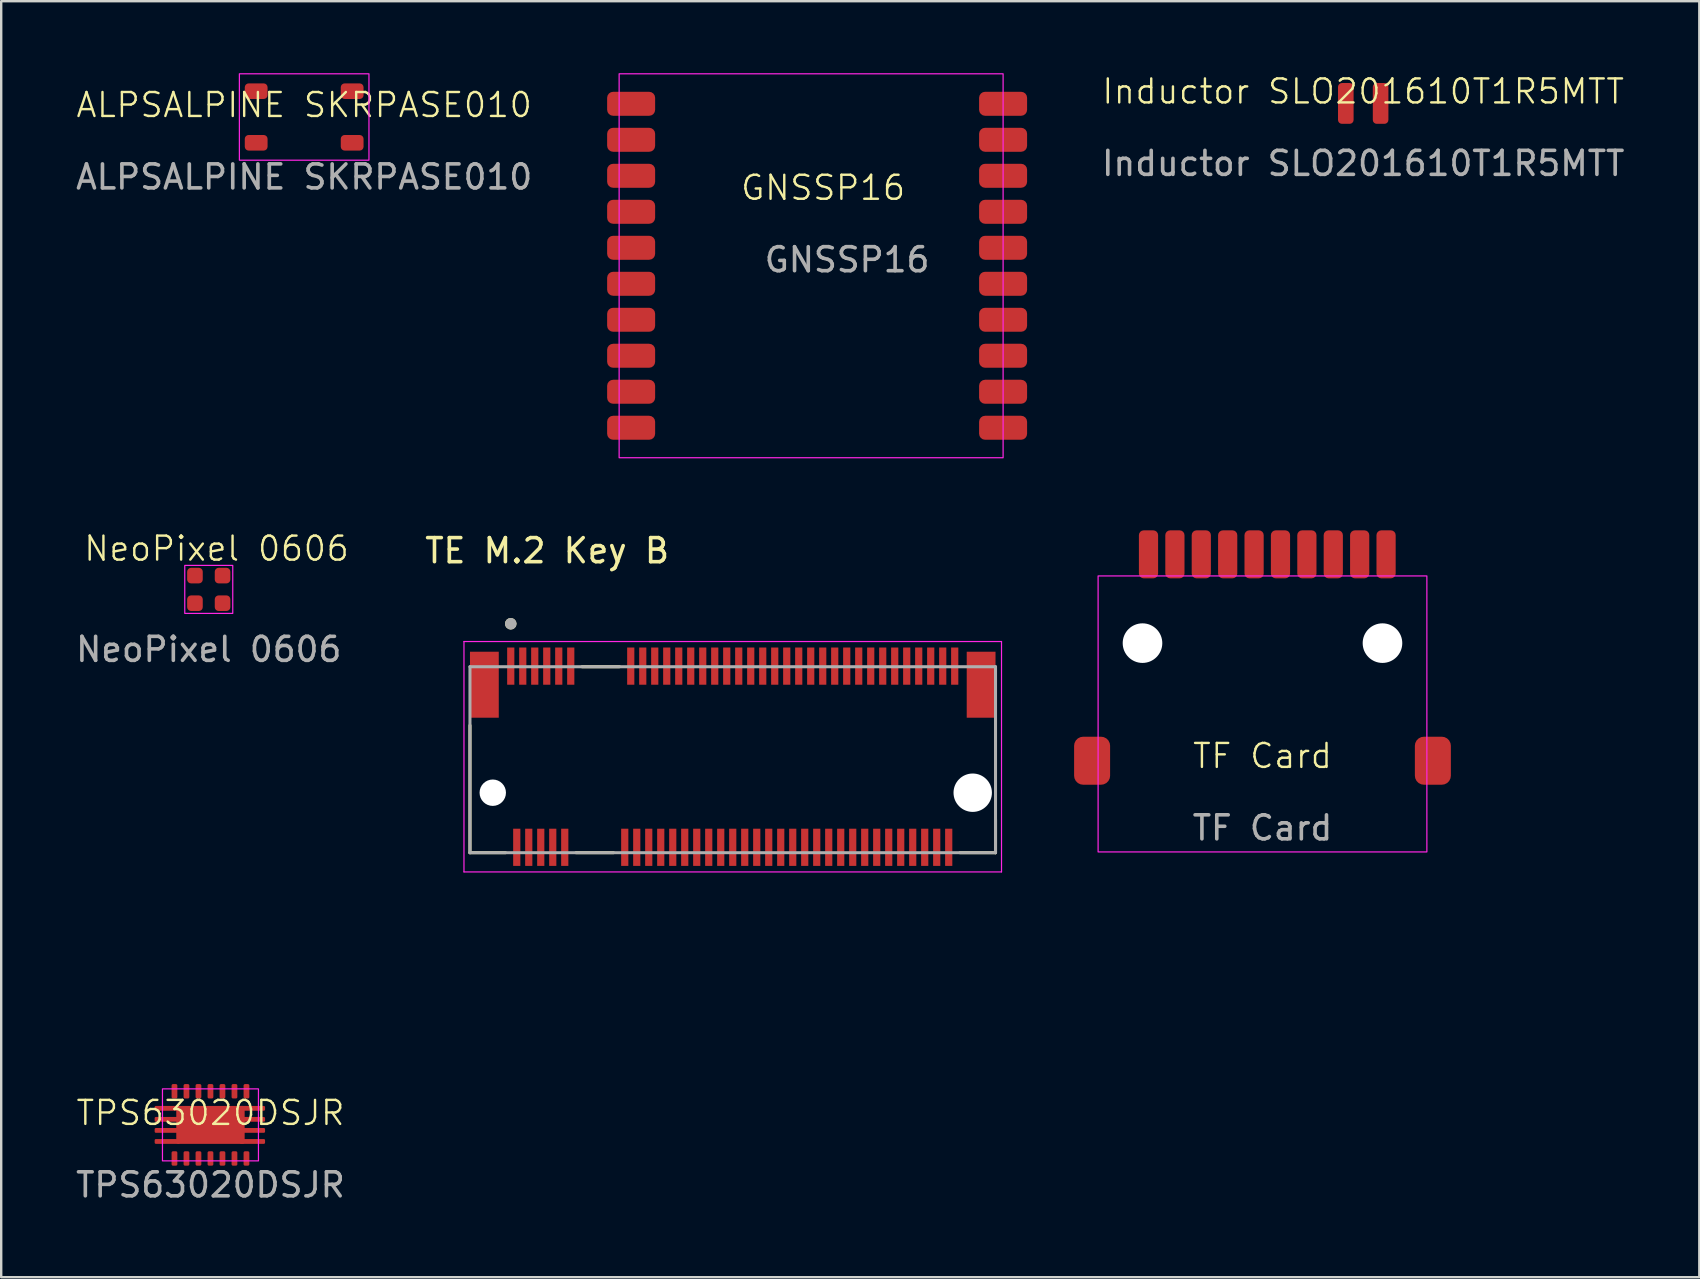
<source format=kicad_pcb>
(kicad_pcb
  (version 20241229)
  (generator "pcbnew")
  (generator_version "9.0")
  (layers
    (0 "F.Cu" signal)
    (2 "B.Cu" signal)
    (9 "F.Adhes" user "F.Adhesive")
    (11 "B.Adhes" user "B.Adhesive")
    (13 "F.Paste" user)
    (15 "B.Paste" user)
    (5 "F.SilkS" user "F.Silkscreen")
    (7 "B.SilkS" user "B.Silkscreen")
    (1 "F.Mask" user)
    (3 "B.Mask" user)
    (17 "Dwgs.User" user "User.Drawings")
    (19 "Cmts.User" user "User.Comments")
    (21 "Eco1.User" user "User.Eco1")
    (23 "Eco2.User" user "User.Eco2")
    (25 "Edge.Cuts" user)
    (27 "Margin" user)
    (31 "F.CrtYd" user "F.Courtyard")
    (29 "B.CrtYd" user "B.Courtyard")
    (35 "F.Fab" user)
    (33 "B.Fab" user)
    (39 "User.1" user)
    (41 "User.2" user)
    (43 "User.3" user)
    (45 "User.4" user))
  (footprint "TF Card"
    (layer "F.Cu")
    (at 49.559 28.95)
    (property "Reference" "TF Card" (at 0 -0.5 0) (unlocked yes) (layer "F.SilkS") (effects (font (size 1 1) (thickness 0.1))))
    (attr smd)
    (fp_rect (start -6.85 -8) (end 6.85 3.5) (stroke (width 0.05) (type default)) (fill no) (layer "F.CrtYd"))
    (fp_rect (start -5.5 3.5) (end 5.5 10.15) (stroke (width 0.05) (type default)) (fill no) (layer "User.2"))
    (fp_text user "${REFERENCE}" (at 0 2.5 0) (unlocked yes) (layer "F.Fab") (effects (font (size 1 1) (thickness 0.15))))
    (pad "" np_thru_hole circle (at -5 -5.2) (size 1.65 1.65) (drill 1.65) (layers "*.Cu" "*.Mask"))
    (pad "" np_thru_hole circle (at 5 -5.2) (size 1.65 1.65) (drill 1.65) (layers "*.Cu" "*.Mask"))
    (pad "1" smd roundrect (at -4.75 -8.9) (size 0.8 2) (layers "F.Cu" "F.Mask" "F.Paste") (roundrect_rratio 0.25))
    (pad "2" smd roundrect (at -3.65 -8.9) (size 0.8 2) (layers "F.Cu" "F.Mask" "F.Paste") (roundrect_rratio 0.25))
    (pad "3" smd roundrect (at -2.55 -8.9) (size 0.8 2) (layers "F.Cu" "F.Mask" "F.Paste") (roundrect_rratio 0.25))
    (pad "4" smd roundrect (at -1.45 -8.9) (size 0.8 2) (layers "F.Cu" "F.Mask" "F.Paste") (roundrect_rratio 0.25))
    (pad "5" smd roundrect (at -0.35 -8.9) (size 0.8 2) (layers "F.Cu" "F.Mask" "F.Paste") (roundrect_rratio 0.25))
    (pad "6" smd roundrect (at 0.75 -8.9) (size 0.8 2) (layers "F.Cu" "F.Mask" "F.Paste") (roundrect_rratio 0.25))
    (pad "7" smd roundrect (at 1.85 -8.9) (size 0.8 2) (layers "F.Cu" "F.Mask" "F.Paste") (roundrect_rratio 0.25))
    (pad "8" smd roundrect (at 2.95 -8.9) (size 0.8 2) (layers "F.Cu" "F.Mask" "F.Paste") (roundrect_rratio 0.25))
    (pad "9" smd roundrect (at 4.05 -8.9) (size 0.8 2) (layers "F.Cu" "F.Mask" "F.Paste") (roundrect_rratio 0.25))
    (pad "10" smd roundrect (at 5.15 -8.9) (size 0.8 2) (layers "F.Cu" "F.Mask" "F.Paste") (roundrect_rratio 0.25))
    (pad "11" smd roundrect (at -7.1 -0.3) (size 1.5 2) (layers "F.Cu" "F.Mask" "F.Paste") (roundrect_rratio 0.25))
    (pad "11" smd roundrect (at 7.1 -0.3) (size 1.5 2) (layers "F.Cu" "F.Mask" "F.Paste") (roundrect_rratio 0.25)))
  (footprint "NeoPixel 0606"
    (layer "F.Cu")
    (at 5.649 21.511)
    (property "Reference" "NeoPixel 0606" (at 0.325 -1.7 0) (unlocked yes) (layer "F.SilkS") (effects (font (size 1 1) (thickness 0.1))))
    (attr smd)
    (fp_rect (start -1 -1) (end 1 1) (stroke (width 0.05) (type default)) (fill no) (layer "F.CrtYd"))
    (fp_text user "${REFERENCE}" (at 0 2.5 0) (unlocked yes) (layer "F.Fab") (effects (font (size 1 1) (thickness 0.15))))
    (pad "1" smd roundrect (at -0.575 0.575) (size 0.65 0.65) (layers "F.Cu" "F.Mask" "F.Paste") (roundrect_rratio 0.25))
    (pad "2" smd roundrect (at -0.575 -0.575) (size 0.65 0.65) (layers "F.Cu" "F.Mask" "F.Paste") (roundrect_rratio 0.25))
    (pad "3" smd roundrect (at 0.575 -0.575) (size 0.65 0.65) (layers "F.Cu" "F.Mask" "F.Paste") (roundrect_rratio 0.25))
    (pad "4" smd roundrect (at 0.575 0.575) (size 0.65 0.65) (layers "F.Cu" "F.Mask" "F.Paste") (roundrect_rratio 0.25)))
  (footprint "Inductor SLO201610T1R5MTT"
    (layer "F.Cu")
    (at 53.756 1.26)
    (property "Reference" "Inductor SLO201610T1R5MTT" (at 0 -0.5 0) (unlocked yes) (layer "F.SilkS") (effects (font (size 1 1) (thickness 0.1))))
    (attr smd)
    (fp_text user "${REFERENCE}" (at 0 2.5 0) (unlocked yes) (layer "F.Fab") (effects (font (size 1 1) (thickness 0.15))))
    (pad "1" smd roundrect (at -0.725 0) (size 0.65 1.7) (layers "F.Cu" "F.Mask" "F.Paste") (roundrect_rratio 0.25))
    (pad "2" smd roundrect (at 0.725 0) (size 0.65 1.7) (layers "F.Cu" "F.Mask" "F.Paste") (roundrect_rratio 0.25)))
  (footprint "TE M.2 Key B"
    (layer "F.Cu")
    (at 27.484 29.983)
    (property "Reference" "TE M.2 Key B" (at -7.734 -10.084 0) (layer "F.SilkS") (effects (font (size 1.001 1.001) (thickness 0.15))))
    (attr smd)
    (fp_line (start -10.95 -2.805) (end -10.95 2.5) (stroke (width 0.127) (type solid)) (layer "F.SilkS"))
    (fp_line (start -10.95 2.5) (end -9.47 2.5) (stroke (width 0.127) (type solid)) (layer "F.SilkS"))
    (fp_line (start -6.53 2.5) (end -4.97 2.5) (stroke (width 0.127) (type solid)) (layer "F.SilkS"))
    (fp_line (start -4.72 -5.25) (end -6.28 -5.25) (stroke (width 0.127) (type solid)) (layer "F.SilkS"))
    (fp_line (start 9.47 2.5) (end 10.95 2.5) (stroke (width 0.127) (type solid)) (layer "F.SilkS"))
    (fp_line (start 10.95 2.5) (end 10.95 1.12) (stroke (width 0.127) (type solid)) (layer "F.SilkS"))
    (fp_circle (center -9.25 -7.04) (end -9.13 -7.04) (stroke (width 0.24) (type solid)) (fill no) (layer "F.SilkS"))
    (fp_line (start -11.2 -6.3) (end 11.2 -6.3) (stroke (width 0.05) (type solid)) (layer "F.CrtYd"))
    (fp_line (start -11.2 3.3) (end -11.2 -6.3) (stroke (width 0.05) (type solid)) (layer "F.CrtYd"))
    (fp_line (start 11.2 -6.3) (end 11.2 3.3) (stroke (width 0.05) (type solid)) (layer "F.CrtYd"))
    (fp_line (start 11.2 3.3) (end -11.2 3.3) (stroke (width 0.05) (type solid)) (layer "F.CrtYd"))
    (fp_line (start -10.95 -5.25) (end 10.95 -5.25) (stroke (width 0.127) (type solid)) (layer "F.Fab"))
    (fp_line (start -10.95 2.5) (end -10.95 -5.25) (stroke (width 0.127) (type solid)) (layer "F.Fab"))
    (fp_line (start 10.95 -5.25) (end 10.95 2.5) (stroke (width 0.127) (type solid)) (layer "F.Fab"))
    (fp_line (start 10.95 2.5) (end -10.95 2.5) (stroke (width 0.127) (type solid)) (layer "F.Fab"))
    (fp_circle (center -9.25 -7.04) (end -9.13 -7.04) (stroke (width 0.24) (type solid)) (fill no) (layer "F.Fab"))
    (pad "" smd rect (at -10.35 -4.5) (size 1.2 2.75) (layers "F.Cu" "F.Mask" "F.Paste"))
    (pad "" np_thru_hole circle (at -10 0) (size 1.1 1.1) (drill 1.1) (layers "*.Cu" "*.Mask"))
    (pad "" np_thru_hole circle (at 10 0) (size 1.6 1.6) (drill 1.6) (layers "*.Cu" "*.Mask"))
    (pad "" smd rect (at 10.35 -4.5) (size 1.2 2.75) (layers "F.Cu" "F.Mask" "F.Paste"))
    (pad "1" smd rect (at -9.25 -5.275) (size 0.3 1.55) (layers "F.Cu" "F.Mask" "F.Paste"))
    (pad "2" smd rect (at -9 2.275) (size 0.3 1.55) (layers "F.Cu" "F.Mask" "F.Paste"))
    (pad "3" smd rect (at -8.75 -5.275) (size 0.3 1.55) (layers "F.Cu" "F.Mask" "F.Paste"))
    (pad "4" smd rect (at -8.5 2.275) (size 0.3 1.55) (layers "F.Cu" "F.Mask" "F.Paste"))
    (pad "5" smd rect (at -8.25 -5.275) (size 0.3 1.55) (layers "F.Cu" "F.Mask" "F.Paste"))
    (pad "6" smd rect (at -8 2.275) (size 0.3 1.55) (layers "F.Cu" "F.Mask" "F.Paste"))
    (pad "7" smd rect (at -7.75 -5.275) (size 0.3 1.55) (layers "F.Cu" "F.Mask" "F.Paste"))
    (pad "8" smd rect (at -7.5 2.275) (size 0.3 1.55) (layers "F.Cu" "F.Mask" "F.Paste"))
    (pad "9" smd rect (at -7.25 -5.275) (size 0.3 1.55) (layers "F.Cu" "F.Mask" "F.Paste"))
    (pad "10" smd rect (at -7 2.275) (size 0.3 1.55) (layers "F.Cu" "F.Mask" "F.Paste"))
    (pad "11" smd rect (at -6.75 -5.275) (size 0.3 1.55) (layers "F.Cu" "F.Mask" "F.Paste"))
    (pad "20" smd rect (at -4.5 2.275) (size 0.3 1.55) (layers "F.Cu" "F.Mask" "F.Paste"))
    (pad "21" smd rect (at -4.25 -5.275) (size 0.3 1.55) (layers "F.Cu" "F.Mask" "F.Paste"))
    (pad "22" smd rect (at -4 2.275) (size 0.3 1.55) (layers "F.Cu" "F.Mask" "F.Paste"))
    (pad "23" smd rect (at -3.75 -5.275) (size 0.3 1.55) (layers "F.Cu" "F.Mask" "F.Paste"))
    (pad "24" smd rect (at -3.5 2.275) (size 0.3 1.55) (layers "F.Cu" "F.Mask" "F.Paste"))
    (pad "25" smd rect (at -3.25 -5.275) (size 0.3 1.55) (layers "F.Cu" "F.Mask" "F.Paste"))
    (pad "26" smd rect (at -3 2.275) (size 0.3 1.55) (layers "F.Cu" "F.Mask" "F.Paste"))
    (pad "27" smd rect (at -2.75 -5.275) (size 0.3 1.55) (layers "F.Cu" "F.Mask" "F.Paste"))
    (pad "28" smd rect (at -2.5 2.275) (size 0.3 1.55) (layers "F.Cu" "F.Mask" "F.Paste"))
    (pad "29" smd rect (at -2.25 -5.275) (size 0.3 1.55) (layers "F.Cu" "F.Mask" "F.Paste"))
    (pad "30" smd rect (at -2 2.275) (size 0.3 1.55) (layers "F.Cu" "F.Mask" "F.Paste"))
    (pad "31" smd rect (at -1.75 -5.275) (size 0.3 1.55) (layers "F.Cu" "F.Mask" "F.Paste"))
    (pad "32" smd rect (at -1.5 2.275) (size 0.3 1.55) (layers "F.Cu" "F.Mask" "F.Paste"))
    (pad "33" smd rect (at -1.25 -5.275) (size 0.3 1.55) (layers "F.Cu" "F.Mask" "F.Paste"))
    (pad "34" smd rect (at -1 2.275) (size 0.3 1.55) (layers "F.Cu" "F.Mask" "F.Paste"))
    (pad "35" smd rect (at -0.75 -5.275) (size 0.3 1.55) (layers "F.Cu" "F.Mask" "F.Paste"))
    (pad "36" smd rect (at -0.5 2.275) (size 0.3 1.55) (layers "F.Cu" "F.Mask" "F.Paste"))
    (pad "37" smd rect (at -0.25 -5.275) (size 0.3 1.55) (layers "F.Cu" "F.Mask" "F.Paste"))
    (pad "38" smd rect (at 0 2.275) (size 0.3 1.55) (layers "F.Cu" "F.Mask" "F.Paste"))
    (pad "39" smd rect (at 0.25 -5.275) (size 0.3 1.55) (layers "F.Cu" "F.Mask" "F.Paste"))
    (pad "40" smd rect (at 0.5 2.275) (size 0.3 1.55) (layers "F.Cu" "F.Mask" "F.Paste"))
    (pad "41" smd rect (at 0.75 -5.275) (size 0.3 1.55) (layers "F.Cu" "F.Mask" "F.Paste"))
    (pad "42" smd rect (at 1 2.275) (size 0.3 1.55) (layers "F.Cu" "F.Mask" "F.Paste"))
    (pad "43" smd rect (at 1.25 -5.275) (size 0.3 1.55) (layers "F.Cu" "F.Mask" "F.Paste"))
    (pad "44" smd rect (at 1.5 2.275) (size 0.3 1.55) (layers "F.Cu" "F.Mask" "F.Paste"))
    (pad "45" smd rect (at 1.75 -5.275) (size 0.3 1.55) (layers "F.Cu" "F.Mask" "F.Paste"))
    (pad "46" smd rect (at 2 2.275) (size 0.3 1.55) (layers "F.Cu" "F.Mask" "F.Paste"))
    (pad "47" smd rect (at 2.25 -5.275) (size 0.3 1.55) (layers "F.Cu" "F.Mask" "F.Paste"))
    (pad "48" smd rect (at 2.5 2.275) (size 0.3 1.55) (layers "F.Cu" "F.Mask" "F.Paste"))
    (pad "49" smd rect (at 2.75 -5.275) (size 0.3 1.55) (layers "F.Cu" "F.Mask" "F.Paste"))
    (pad "50" smd rect (at 3 2.275) (size 0.3 1.55) (layers "F.Cu" "F.Mask" "F.Paste"))
    (pad "51" smd rect (at 3.25 -5.275) (size 0.3 1.55) (layers "F.Cu" "F.Mask" "F.Paste"))
    (pad "52" smd rect (at 3.5 2.275) (size 0.3 1.55) (layers "F.Cu" "F.Mask" "F.Paste"))
    (pad "53" smd rect (at 3.75 -5.275) (size 0.3 1.55) (layers "F.Cu" "F.Mask" "F.Paste"))
    (pad "54" smd rect (at 4 2.275) (size 0.3 1.55) (layers "F.Cu" "F.Mask" "F.Paste"))
    (pad "55" smd rect (at 4.25 -5.275) (size 0.3 1.55) (layers "F.Cu" "F.Mask" "F.Paste"))
    (pad "56" smd rect (at 4.5 2.275) (size 0.3 1.55) (layers "F.Cu" "F.Mask" "F.Paste"))
    (pad "57" smd rect (at 4.75 -5.275) (size 0.3 1.55) (layers "F.Cu" "F.Mask" "F.Paste"))
    (pad "58" smd rect (at 5 2.275) (size 0.3 1.55) (layers "F.Cu" "F.Mask" "F.Paste"))
    (pad "59" smd rect (at 5.25 -5.275) (size 0.3 1.55) (layers "F.Cu" "F.Mask" "F.Paste"))
    (pad "60" smd rect (at 5.5 2.275) (size 0.3 1.55) (layers "F.Cu" "F.Mask" "F.Paste"))
    (pad "61" smd rect (at 5.75 -5.275) (size 0.3 1.55) (layers "F.Cu" "F.Mask" "F.Paste"))
    (pad "62" smd rect (at 6 2.275) (size 0.3 1.55) (layers "F.Cu" "F.Mask" "F.Paste"))
    (pad "63" smd rect (at 6.25 -5.275) (size 0.3 1.55) (layers "F.Cu" "F.Mask" "F.Paste"))
    (pad "64" smd rect (at 6.5 2.275) (size 0.3 1.55) (layers "F.Cu" "F.Mask" "F.Paste"))
    (pad "65" smd rect (at 6.75 -5.275) (size 0.3 1.55) (layers "F.Cu" "F.Mask" "F.Paste"))
    (pad "66" smd rect (at 7 2.275) (size 0.3 1.55) (layers "F.Cu" "F.Mask" "F.Paste"))
    (pad "67" smd rect (at 7.25 -5.275) (size 0.3 1.55) (layers "F.Cu" "F.Mask" "F.Paste"))
    (pad "68" smd rect (at 7.5 2.275) (size 0.3 1.55) (layers "F.Cu" "F.Mask" "F.Paste"))
    (pad "69" smd rect (at 7.75 -5.275) (size 0.3 1.55) (layers "F.Cu" "F.Mask" "F.Paste"))
    (pad "70" smd rect (at 8 2.275) (size 0.3 1.55) (layers "F.Cu" "F.Mask" "F.Paste"))
    (pad "71" smd rect (at 8.25 -5.275) (size 0.3 1.55) (layers "F.Cu" "F.Mask" "F.Paste"))
    (pad "72" smd rect (at 8.5 2.275) (size 0.3 1.55) (layers "F.Cu" "F.Mask" "F.Paste"))
    (pad "73" smd rect (at 8.75 -5.275) (size 0.3 1.55) (layers "F.Cu" "F.Mask" "F.Paste"))
    (pad "74" smd rect (at 9 2.275) (size 0.3 1.55) (layers "F.Cu" "F.Mask" "F.Paste"))
    (pad "75" smd rect (at 9.25 -5.275) (size 0.3 1.55) (layers "F.Cu" "F.Mask" "F.Paste")))
  (footprint "GNSSP16"
    (layer "F.Cu")
    (at 31.25 5.525)
    (property "Reference" "GNSSP16" (at 0 -0.75 0) (unlocked yes) (layer "F.SilkS") (effects (font (size 1 1) (thickness 0.1))))
    (attr smd)
    (fp_rect (start -8.5 -5.5) (end 7.5 10.5) (stroke (width 0.05) (type default)) (fill no) (layer "F.CrtYd"))
    (fp_text user "${REFERENCE}" (at 1 2.25 0) (unlocked yes) (layer "F.Fab") (effects (font (size 1 1) (thickness 0.15))))
    (pad "1" smd roundrect (at -8 -4.25) (size 2 1) (layers "F.Cu" "F.Mask" "F.Paste") (roundrect_rratio 0.25))
    (pad "2" smd roundrect (at -8 -2.75) (size 2 1) (layers "F.Cu" "F.Mask" "F.Paste") (roundrect_rratio 0.25))
    (pad "3" smd roundrect (at -8 -1.25) (size 2 1) (layers "F.Cu" "F.Mask" "F.Paste") (roundrect_rratio 0.25))
    (pad "4" smd roundrect (at -8 0.25) (size 2 1) (layers "F.Cu" "F.Mask" "F.Paste") (roundrect_rratio 0.25))
    (pad "5" smd roundrect (at -8 1.75) (size 2 1) (layers "F.Cu" "F.Mask" "F.Paste") (roundrect_rratio 0.25))
    (pad "6" smd roundrect (at -8 3.25) (size 2 1) (layers "F.Cu" "F.Mask" "F.Paste") (roundrect_rratio 0.25))
    (pad "7" smd roundrect (at -8 4.75) (size 2 1) (layers "F.Cu" "F.Mask" "F.Paste") (roundrect_rratio 0.25))
    (pad "8" smd roundrect (at -8 6.25) (size 2 1) (layers "F.Cu" "F.Mask" "F.Paste") (roundrect_rratio 0.25))
    (pad "9" smd roundrect (at -8 7.75) (size 2 1) (layers "F.Cu" "F.Mask" "F.Paste") (roundrect_rratio 0.25))
    (pad "10" smd roundrect (at -8 9.25) (size 2 1) (layers "F.Cu" "F.Mask" "F.Paste") (roundrect_rratio 0.25))
    (pad "11" smd roundrect (at 7.5 9.25) (size 2 1) (layers "F.Cu" "F.Mask" "F.Paste") (roundrect_rratio 0.25))
    (pad "12" smd roundrect (at 7.5 7.75) (size 2 1) (layers "F.Cu" "F.Mask" "F.Paste") (roundrect_rratio 0.25))
    (pad "13" smd roundrect (at 7.5 6.25) (size 2 1) (layers "F.Cu" "F.Mask" "F.Paste") (roundrect_rratio 0.25))
    (pad "14" smd roundrect (at 7.5 4.75) (size 2 1) (layers "F.Cu" "F.Mask" "F.Paste") (roundrect_rratio 0.25))
    (pad "15" smd roundrect (at 7.5 3.25) (size 2 1) (layers "F.Cu" "F.Mask" "F.Paste") (roundrect_rratio 0.25))
    (pad "16" smd roundrect (at 7.5 1.75) (size 2 1) (layers "F.Cu" "F.Mask" "F.Paste") (roundrect_rratio 0.25))
    (pad "17" smd roundrect (at 7.5 0.25) (size 2 1) (layers "F.Cu" "F.Mask" "F.Paste") (roundrect_rratio 0.25))
    (pad "18" smd roundrect (at 7.5 -1.25) (size 2 1) (layers "F.Cu" "F.Mask" "F.Paste") (roundrect_rratio 0.25))
    (pad "19" smd roundrect (at 7.5 -2.75) (size 2 1) (layers "F.Cu" "F.Mask" "F.Paste") (roundrect_rratio 0.25))
    (pad "20" smd roundrect (at 7.5 -4.25) (size 2 1) (layers "F.Cu" "F.Mask" "F.Paste") (roundrect_rratio 0.25)))
  (footprint "ALPSALPINE SKRPASE010"
    (layer "F.Cu")
    (at 9.625 1.825)
    (property "Reference" "ALPSALPINE SKRPASE010" (at 0 -0.5 0) (unlocked yes) (layer "F.SilkS") (effects (font (size 1 1) (thickness 0.1))))
    (attr smd)
    (fp_rect (start -2.7 -1.8) (end 2.7 1.8) (stroke (width 0.05) (type default)) (fill no) (layer "F.CrtYd"))
    (fp_text user "${REFERENCE}" (at 0 2.5 0) (unlocked yes) (layer "F.Fab") (effects (font (size 1 1) (thickness 0.15))))
    (pad "1" smd roundrect (at -2 -1.075) (size 0.95 0.65) (layers "F.Cu" "F.Mask" "F.Paste") (roundrect_rratio 0.25))
    (pad "1" smd roundrect (at 2 -1.075) (size 0.95 0.65) (layers "F.Cu" "F.Mask" "F.Paste") (roundrect_rratio 0.25))
    (pad "2" smd roundrect (at -2 1.075) (size 0.95 0.65) (layers "F.Cu" "F.Mask" "F.Paste") (roundrect_rratio 0.25))
    (pad "2" smd roundrect (at 2 1.075) (size 0.95 0.65) (layers "F.Cu" "F.Mask" "F.Paste") (roundrect_rratio 0.25)))
  (footprint "TPS63020DSJR"
    (layer "F.Cu")
    (at 5.72 43.825)
    (property "Reference" "TPS63020DSJR" (at 0 -0.5 0) (unlocked yes) (layer "F.SilkS") (effects (font (size 1 1) (thickness 0.1))))
    (attr smd)
    (fp_rect (start -2 -1.5) (end 2 1.5) (stroke (width 0.05) (type default)) (fill no) (layer "F.CrtYd"))
    (fp_text user "${REFERENCE}" (at 0 2.5 0) (unlocked yes) (layer "F.Fab") (effects (font (size 1 1) (thickness 0.15))))
    (pad "1" smd roundrect (at -1.5 1.4) (size 0.24 0.6) (layers "F.Cu" "F.Mask" "F.Paste") (roundrect_rratio 0.25))
    (pad "2" smd roundrect (at -1 1.4) (size 0.24 0.6) (layers "F.Cu" "F.Mask" "F.Paste") (roundrect_rratio 0.25))
    (pad "3" smd roundrect (at -0.5 1.4) (size 0.24 0.6) (layers "F.Cu" "F.Mask" "F.Paste") (roundrect_rratio 0.25))
    (pad "4" smd roundrect (at 0 1.4) (size 0.24 0.6) (layers "F.Cu" "F.Mask" "F.Paste") (roundrect_rratio 0.25))
    (pad "5" smd roundrect (at 0.5 1.4) (size 0.24 0.6) (layers "F.Cu" "F.Mask" "F.Paste") (roundrect_rratio 0.25))
    (pad "6" smd roundrect (at 1 1.4) (size 0.24 0.6) (layers "F.Cu" "F.Mask" "F.Paste") (roundrect_rratio 0.25))
    (pad "7" smd roundrect (at 1.5 1.4) (size 0.24 0.6) (layers "F.Cu" "F.Mask" "F.Paste") (roundrect_rratio 0.25))
    (pad "8" smd roundrect (at 1.5 -1.4) (size 0.24 0.6) (layers "F.Cu" "F.Mask" "F.Paste") (roundrect_rratio 0.25))
    (pad "9" smd roundrect (at 1 -1.4) (size 0.24 0.6) (layers "F.Cu" "F.Mask" "F.Paste") (roundrect_rratio 0.25))
    (pad "10" smd roundrect (at 0.5 -1.4) (size 0.24 0.6) (layers "F.Cu" "F.Mask" "F.Paste") (roundrect_rratio 0.25))
    (pad "11" smd roundrect (at 0 -1.4) (size 0.24 0.6) (layers "F.Cu" "F.Mask" "F.Paste") (roundrect_rratio 0.25))
    (pad "12" smd roundrect (at -0.5 -1.4) (size 0.24 0.6) (layers "F.Cu" "F.Mask" "F.Paste") (roundrect_rratio 0.25))
    (pad "13" smd roundrect (at -1 -1.4) (size 0.24 0.6) (layers "F.Cu" "F.Mask" "F.Paste") (roundrect_rratio 0.25))
    (pad "14" smd roundrect (at -1.5 -1.4) (size 0.24 0.6) (layers "F.Cu" "F.Mask" "F.Paste") (roundrect_rratio 0.25))
    (pad "15" smd roundrect (at -1.8 -0.69) (size 1.05 0.2) (layers "F.Cu" "F.Mask" "F.Paste") (roundrect_rratio 0.25))
    (pad "15" smd roundrect (at -1.8 -0.23) (size 1.05 0.2) (layers "F.Cu" "F.Mask" "F.Paste") (roundrect_rratio 0.25))
    (pad "15" smd roundrect (at -1.8 0.23) (size 1.05 0.2) (layers "F.Cu" "F.Mask" "F.Paste") (roundrect_rratio 0.25))
    (pad "15" smd roundrect (at -1.8 0.69) (size 1.05 0.2) (layers "F.Cu" "F.Mask" "F.Paste") (roundrect_rratio 0.25))
    (pad "15" smd roundrect (at 0 0) (size 2.85 1.58) (layers "F.Cu" "F.Mask" "F.Paste") (roundrect_rratio 0.05))
    (pad "15" smd roundrect (at 1.75 -0.69) (size 1.05 0.2) (layers "F.Cu" "F.Mask" "F.Paste") (roundrect_rratio 0.25))
    (pad "15" smd roundrect (at 1.75 -0.23) (size 1.05 0.2) (layers "F.Cu" "F.Mask" "F.Paste") (roundrect_rratio 0.25))
    (pad "15" smd roundrect (at 1.75 0.23) (size 1.05 0.2) (layers "F.Cu" "F.Mask" "F.Paste") (roundrect_rratio 0.25))
    (pad "15" smd roundrect (at 1.75 0.69) (size 1.05 0.2) (layers "F.Cu" "F.Mask" "F.Paste") (roundrect_rratio 0.25)))
  (gr_rect
    (start -3 -3)
    (end 67.762 50.173)
    (stroke (width 0.1) (type default))
    (fill no)
    (layer "Edge.Cuts")))
</source>
